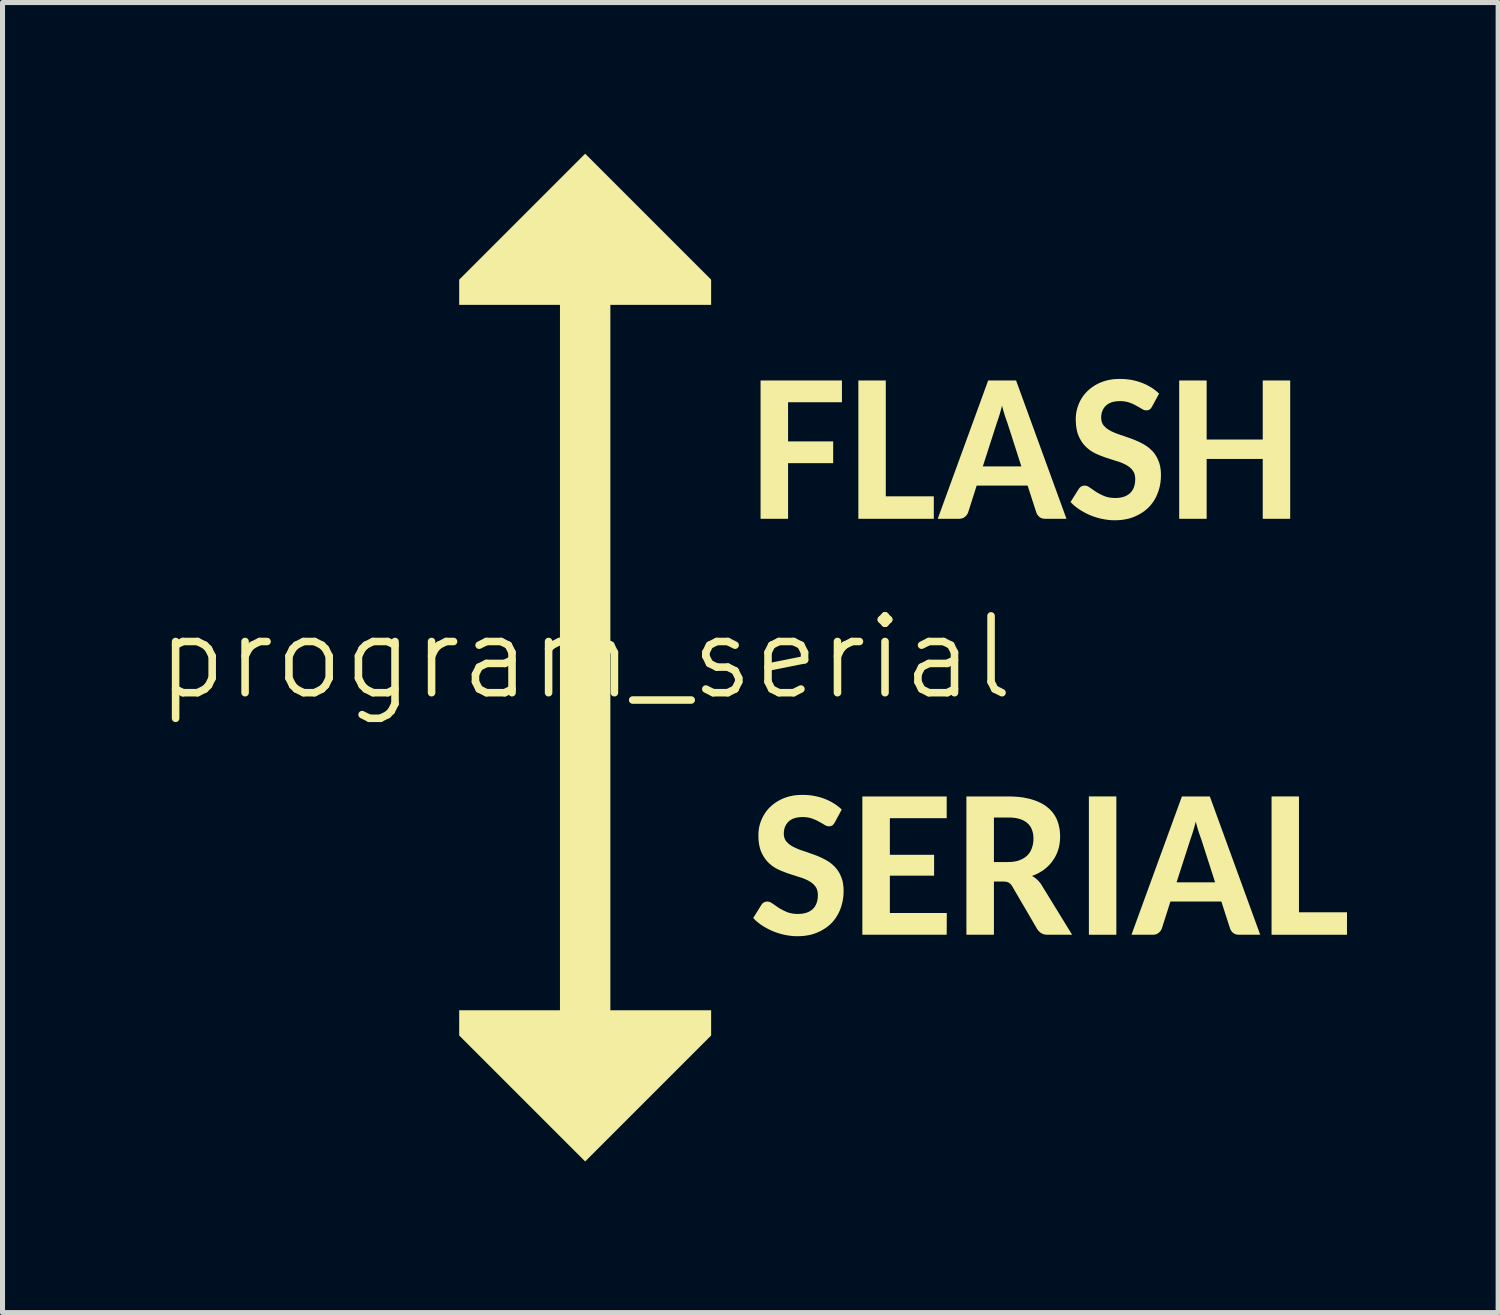
<source format=kicad_pcb>
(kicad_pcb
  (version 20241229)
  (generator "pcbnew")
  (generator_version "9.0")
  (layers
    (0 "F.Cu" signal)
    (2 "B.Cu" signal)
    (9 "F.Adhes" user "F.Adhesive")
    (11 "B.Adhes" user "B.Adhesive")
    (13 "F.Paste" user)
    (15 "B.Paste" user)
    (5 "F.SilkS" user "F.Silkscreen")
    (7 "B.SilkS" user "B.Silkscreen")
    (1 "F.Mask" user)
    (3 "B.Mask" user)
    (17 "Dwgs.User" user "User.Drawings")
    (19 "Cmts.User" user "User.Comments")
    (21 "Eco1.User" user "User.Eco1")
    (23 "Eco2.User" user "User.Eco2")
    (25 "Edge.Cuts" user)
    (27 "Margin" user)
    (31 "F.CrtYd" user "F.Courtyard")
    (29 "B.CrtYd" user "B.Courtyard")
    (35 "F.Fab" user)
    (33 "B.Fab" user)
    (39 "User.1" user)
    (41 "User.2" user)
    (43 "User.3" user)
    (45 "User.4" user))
  (footprint "program_serial"
    (layer "F.Cu")
    (at 8.563 10)
    (property "Reference" "program_serial" (at 0 0 0) (layer "F.SilkS") (effects (font (size 1.524 1.524) (thickness 0.15))))
    (attr through_hole)
    (fp_poly (pts (xy 10.542 5.501) (xy 10.542 2.756) (xy 9.997 2.756) (xy 9.997 5.501) (xy 10.542 5.501)) (stroke (width 0.000001) (type solid)) (fill yes) (layer "F.SilkS"))
    (fp_poly (pts (xy 5.966 -3.2) (xy 5.966 -5.499) (xy 5.422 -5.499) (xy 5.422 -2.754) (xy 6.919 -2.754) (xy 6.919 -3.2) (xy 5.966 -3.2)) (stroke (width 0.000001) (type solid)) (fill yes) (layer "F.SilkS"))
    (fp_poly (pts (xy 14.166 5.055) (xy 14.166 2.756) (xy 13.622 2.756) (xy 13.622 5.501) (xy 15.119 5.501) (xy 15.119 5.055) (xy 14.166 5.055)) (stroke (width 0.000001) (type solid)) (fill yes) (layer "F.SilkS"))
    (fp_poly (pts (xy 5.096 -5.499) (xy 3.481 -5.499) (xy 3.481 -2.754) (xy 4.027 -2.754) (xy 4.027 -3.858) (xy 4.922 -3.858) (xy 4.922 -4.29) (xy 4.027 -4.29) (xy 4.027 -5.067) (xy 5.096 -5.067) (xy 5.096 -5.499)) (stroke (width 0.000001) (type solid)) (fill yes) (layer "F.SilkS"))
    (fp_poly (pts (xy 7.175 2.756) (xy 5.501 2.756) (xy 5.501 5.501) (xy 7.175 5.501) (xy 7.177 5.069) (xy 6.047 5.069) (xy 6.047 4.329) (xy 6.925 4.329) (xy 6.925 3.914) (xy 6.047 3.914) (xy 6.047 3.188) (xy 7.175 3.188) (xy 7.175 2.756)) (stroke (width 0.000001) (type solid)) (fill yes) (layer "F.SilkS"))
    (fp_poly (pts (xy 13.992 -2.754) (xy 13.992 -5.499) (xy 13.447 -5.499) (xy 13.447 -4.327) (xy 12.334 -4.327) (xy 12.334 -5.499) (xy 11.789 -5.499) (xy 11.789 -2.754) (xy 12.334 -2.754) (xy 12.334 -3.942) (xy 13.447 -3.942) (xy 13.447 -2.754) (xy 13.992 -2.754)) (stroke (width 0.000001) (type solid)) (fill yes) (layer "F.SilkS"))
    (fp_poly (pts (xy -2.5 -7.5) (xy -2.5 -7) (xy -0.5 -7) (xy -0.5 7) (xy -2.5 7) (xy -2.5 7.5) (xy 0 10) (xy 2.5 7.5) (xy 2.5 7) (xy 0.5 7) (xy 0.5 -7) (xy 2.5 -7) (xy 2.5 -7.5) (xy 0 -10) (xy -2.5 -7.5)) (stroke (width 0.000001) (type solid)) (fill yes) (layer "F.SilkS"))
    (fp_poly (pts (xy 9.552 -2.754) (xy 8.552 -5.499) (xy 7.998 -5.499) (xy 6.997 -2.754) (xy 7.421 -2.754) (xy 7.464 -2.758) (xy 7.502 -2.77) (xy 7.535 -2.791) (xy 7.563 -2.818) (xy 7.584 -2.846) (xy 7.599 -2.876) (xy 7.77 -3.413) (xy 7.892 -3.794) (xy 8.171 -4.66) (xy 8.183 -4.693) (xy 8.195 -4.73) (xy 8.208 -4.769) (xy 8.221 -4.811) (xy 8.232 -4.846) (xy 8.242 -4.882) (xy 8.253 -4.92) (xy 8.263 -4.959) (xy 8.273 -4.999) (xy 8.283 -4.959) (xy 8.294 -4.92) (xy 8.305 -4.882) (xy 8.316 -4.846) (xy 8.326 -4.811) (xy 8.34 -4.77) (xy 8.353 -4.731) (xy 8.366 -4.695) (xy 8.378 -4.662) (xy 8.657 -3.794) (xy 7.892 -3.794) (xy 7.77 -3.413) (xy 8.781 -3.413) (xy 8.955 -2.874) (xy 8.971 -2.841) (xy 8.993 -2.812) (xy 9.019 -2.787) (xy 9.042 -2.773) (xy 9.07 -2.762) (xy 9.1 -2.756) (xy 9.135 -2.754) (xy 9.552 -2.754)) (stroke (width 0.000001) (type solid)) (fill yes) (layer "F.SilkS"))
    (fp_poly (pts (xy 13.397 5.501) (xy 12.397 2.756) (xy 11.843 2.756) (xy 10.842 5.501) (xy 11.266 5.501) (xy 11.309 5.497) (xy 11.347 5.485) (xy 11.38 5.464) (xy 11.408 5.437) (xy 11.429 5.409) (xy 11.444 5.379) (xy 11.615 4.842) (xy 11.737 4.461) (xy 12.016 3.595) (xy 12.028 3.562) (xy 12.04 3.525) (xy 12.053 3.486) (xy 12.066 3.444) (xy 12.076 3.409) (xy 12.087 3.373) (xy 12.097 3.335) (xy 12.107 3.296) (xy 12.117 3.256) (xy 12.128 3.296) (xy 12.139 3.335) (xy 12.15 3.373) (xy 12.16 3.409) (xy 12.171 3.444) (xy 12.185 3.485) (xy 12.198 3.524) (xy 12.21 3.56) (xy 12.223 3.593) (xy 12.502 4.461) (xy 11.737 4.461) (xy 11.615 4.842) (xy 12.626 4.842) (xy 12.8 5.381) (xy 12.816 5.414) (xy 12.837 5.443) (xy 12.864 5.468) (xy 12.887 5.482) (xy 12.914 5.493) (xy 12.945 5.499) (xy 12.979 5.501) (xy 13.397 5.501)) (stroke (width 0.000001) (type solid)) (fill yes) (layer "F.SilkS"))
    (fp_poly (pts (xy 8.112 4.445) (xy 8.295 4.445) (xy 8.339 4.447) (xy 8.374 4.454) (xy 8.403 4.465) (xy 8.428 4.482) (xy 8.452 4.506) (xy 8.473 4.536) (xy 8.973 5.392) (xy 8.999 5.425) (xy 9.027 5.452) (xy 9.059 5.474) (xy 9.094 5.489) (xy 9.132 5.498) (xy 9.174 5.501) (xy 9.664 5.501) (xy 9.05 4.501) (xy 9.03 4.473) (xy 9.009 4.447) (xy 8.988 4.424) (xy 8.965 4.403) (xy 8.934 4.377) (xy 8.902 4.354) (xy 8.868 4.333) (xy 8.688 3.991) (xy 8.653 4.008) (xy 8.616 4.023) (xy 8.583 4.034) (xy 8.548 4.043) (xy 8.511 4.049) (xy 8.473 4.054) (xy 8.432 4.057) (xy 8.388 4.058) (xy 8.112 4.058) (xy 8.112 3.174) (xy 8.393 3.174) (xy 8.443 3.175) (xy 8.49 3.178) (xy 8.535 3.183) (xy 8.577 3.191) (xy 8.616 3.201) (xy 8.653 3.213) (xy 8.687 3.227) (xy 8.718 3.244) (xy 8.747 3.262) (xy 8.773 3.283) (xy 8.799 3.308) (xy 8.822 3.335) (xy 8.842 3.365) (xy 8.859 3.397) (xy 8.872 3.431) (xy 8.883 3.468) (xy 8.891 3.507) (xy 8.895 3.548) (xy 8.897 3.591) (xy 8.896 3.631) (xy 8.892 3.67) (xy 8.886 3.707) (xy 8.877 3.744) (xy 8.866 3.779) (xy 8.853 3.812) (xy 8.838 3.843) (xy 8.819 3.873) (xy 8.799 3.9) (xy 8.775 3.926) (xy 8.749 3.95) (xy 8.72 3.971) (xy 8.688 3.991) (xy 8.868 4.333) (xy 8.906 4.319) (xy 8.942 4.304) (xy 8.978 4.287) (xy 9.011 4.269) (xy 9.044 4.25) (xy 9.076 4.23) (xy 9.106 4.209) (xy 9.135 4.186) (xy 9.162 4.163) (xy 9.188 4.138) (xy 9.213 4.113) (xy 9.237 4.086) (xy 9.259 4.059) (xy 9.279 4.031) (xy 9.299 4.002) (xy 9.318 3.972) (xy 9.335 3.941) (xy 9.351 3.91) (xy 9.365 3.877) (xy 9.378 3.844) (xy 9.389 3.81) (xy 9.399 3.775) (xy 9.407 3.74) (xy 9.414 3.703) (xy 9.419 3.667) (xy 9.423 3.63) (xy 9.425 3.592) (xy 9.426 3.554) (xy 9.425 3.515) (xy 9.423 3.477) (xy 9.42 3.44) (xy 9.415 3.403) (xy 9.408 3.368) (xy 9.4 3.332) (xy 9.391 3.298) (xy 9.38 3.264) (xy 9.368 3.231) (xy 9.353 3.195) (xy 9.335 3.161) (xy 9.315 3.127) (xy 9.293 3.095) (xy 9.269 3.064) (xy 9.243 3.035) (xy 9.215 3.006) (xy 9.184 2.979) (xy 9.156 2.956) (xy 9.126 2.935) (xy 9.094 2.914) (xy 9.06 2.895) (xy 9.024 2.877) (xy 8.987 2.86) (xy 8.948 2.844) (xy 8.907 2.829) (xy 8.864 2.816) (xy 8.831 2.806) (xy 8.796 2.798) (xy 8.761 2.79) (xy 8.724 2.783) (xy 8.687 2.776) (xy 8.648 2.771) (xy 8.608 2.766) (xy 8.567 2.763) (xy 8.525 2.76) (xy 8.482 2.758) (xy 8.438 2.756) (xy 8.393 2.756) (xy 7.566 2.756) (xy 7.566 5.501) (xy 8.112 5.501) (xy 8.112 4.445)) (stroke (width 0.000001) (type solid)) (fill yes) (layer "F.SilkS"))
    (fp_poly (pts (xy 4.953 3.273) (xy 5.092 3.016) (xy 5.065 2.992) (xy 5.038 2.968) (xy 5.009 2.946) (xy 4.98 2.924) (xy 4.949 2.903) (xy 4.918 2.884) (xy 4.886 2.865) (xy 4.852 2.848) (xy 4.818 2.831) (xy 4.783 2.816) (xy 4.746 2.801) (xy 4.713 2.789) (xy 4.679 2.778) (xy 4.644 2.768) (xy 4.609 2.759) (xy 4.573 2.751) (xy 4.537 2.744) (xy 4.5 2.738) (xy 4.463 2.733) (xy 4.426 2.73) (xy 4.388 2.727) (xy 4.349 2.726) (xy 4.31 2.725) (xy 4.269 2.726) (xy 4.228 2.728) (xy 4.189 2.731) (xy 4.15 2.736) (xy 4.113 2.742) (xy 4.076 2.75) (xy 4.04 2.758) (xy 4.005 2.769) (xy 3.971 2.78) (xy 3.938 2.793) (xy 3.903 2.808) (xy 3.869 2.825) (xy 3.836 2.842) (xy 3.805 2.861) (xy 3.774 2.881) (xy 3.745 2.902) (xy 3.717 2.924) (xy 3.691 2.947) (xy 3.665 2.971) (xy 3.638 2.999) (xy 3.613 3.029) (xy 3.589 3.059) (xy 3.567 3.091) (xy 3.547 3.123) (xy 3.528 3.157) (xy 3.511 3.192) (xy 3.496 3.227) (xy 3.482 3.263) (xy 3.47 3.299) (xy 3.46 3.335) (xy 3.452 3.372) (xy 3.446 3.409) (xy 3.442 3.446) (xy 3.439 3.483) (xy 3.438 3.521) (xy 3.439 3.562) (xy 3.44 3.602) (xy 3.443 3.641) (xy 3.448 3.678) (xy 3.453 3.713) (xy 3.46 3.747) (xy 3.468 3.779) (xy 3.477 3.81) (xy 3.487 3.839) (xy 3.503 3.875) (xy 3.52 3.909) (xy 3.537 3.941) (xy 3.557 3.972) (xy 3.577 4.001) (xy 3.599 4.028) (xy 3.622 4.054) (xy 3.65 4.082) (xy 3.68 4.108) (xy 3.71 4.133) (xy 3.742 4.155) (xy 3.775 4.176) (xy 3.81 4.195) (xy 3.846 4.212) (xy 3.882 4.228) (xy 3.918 4.243) (xy 3.954 4.257) (xy 3.991 4.271) (xy 4.027 4.284) (xy 4.064 4.296) (xy 4.101 4.308) (xy 4.137 4.32) (xy 4.173 4.331) (xy 4.209 4.343) (xy 4.244 4.354) (xy 4.279 4.365) (xy 4.313 4.376) (xy 4.345 4.388) (xy 4.376 4.402) (xy 4.406 4.416) (xy 4.434 4.43) (xy 4.466 4.449) (xy 4.495 4.469) (xy 4.522 4.491) (xy 4.545 4.514) (xy 4.567 4.54) (xy 4.585 4.568) (xy 4.6 4.599) (xy 4.61 4.633) (xy 4.616 4.671) (xy 4.618 4.711) (xy 4.617 4.757) (xy 4.612 4.799) (xy 4.604 4.838) (xy 4.592 4.875) (xy 4.578 4.908) (xy 4.56 4.939) (xy 4.539 4.967) (xy 4.515 4.993) (xy 4.488 5.015) (xy 4.458 5.034) (xy 4.426 5.051) (xy 4.391 5.064) (xy 4.353 5.074) (xy 4.313 5.082) (xy 4.271 5.086) (xy 4.225 5.088) (xy 4.184 5.087) (xy 4.144 5.084) (xy 4.106 5.078) (xy 4.07 5.071) (xy 4.036 5.062) (xy 4.004 5.05) (xy 3.968 5.034) (xy 3.933 5.018) (xy 3.901 5.001) (xy 3.87 4.984) (xy 3.841 4.966) (xy 3.807 4.943) (xy 3.775 4.921) (xy 3.745 4.9) (xy 3.717 4.881) (xy 3.683 4.859) (xy 3.649 4.846) (xy 3.616 4.842) (xy 3.579 4.846) (xy 3.545 4.86) (xy 3.517 4.882) (xy 3.496 4.91) (xy 3.335 5.168) (xy 3.361 5.195) (xy 3.388 5.222) (xy 3.417 5.247) (xy 3.448 5.271) (xy 3.479 5.295) (xy 3.512 5.317) (xy 3.541 5.336) (xy 3.571 5.353) (xy 3.601 5.37) (xy 3.632 5.387) (xy 3.663 5.402) (xy 3.695 5.417) (xy 3.727 5.431) (xy 3.76 5.444) (xy 3.793 5.456) (xy 3.826 5.467) (xy 3.86 5.478) (xy 3.894 5.487) (xy 3.928 5.496) (xy 3.963 5.503) (xy 3.998 5.51) (xy 4.034 5.516) (xy 4.069 5.521) (xy 4.105 5.525) (xy 4.14 5.528) (xy 4.176 5.529) (xy 4.211 5.53) (xy 4.254 5.529) (xy 4.297 5.527) (xy 4.338 5.524) (xy 4.378 5.519) (xy 4.418 5.512) (xy 4.456 5.505) (xy 4.493 5.496) (xy 4.53 5.485) (xy 4.565 5.473) (xy 4.6 5.46) (xy 4.637 5.443) (xy 4.673 5.426) (xy 4.708 5.407) (xy 4.741 5.387) (xy 4.774 5.366) (xy 4.804 5.344) (xy 4.834 5.32) (xy 4.862 5.296) (xy 4.889 5.27) (xy 4.914 5.242) (xy 4.938 5.213) (xy 4.961 5.184) (xy 4.982 5.153) (xy 5.002 5.121) (xy 5.02 5.089) (xy 5.037 5.055) (xy 5.053 5.02) (xy 5.067 4.984) (xy 5.08 4.948) (xy 5.091 4.911) (xy 5.101 4.873) (xy 5.11 4.835) (xy 5.116 4.796) (xy 5.122 4.756) (xy 5.126 4.717) (xy 5.128 4.676) (xy 5.129 4.635) (xy 5.128 4.593) (xy 5.126 4.552) (xy 5.121 4.514) (xy 5.116 4.476) (xy 5.109 4.441) (xy 5.1 4.407) (xy 5.089 4.374) (xy 5.077 4.344) (xy 5.062 4.31) (xy 5.046 4.278) (xy 5.028 4.248) (xy 5.009 4.219) (xy 4.988 4.191) (xy 4.966 4.165) (xy 4.943 4.141) (xy 4.914 4.114) (xy 4.885 4.089) (xy 4.854 4.065) (xy 4.821 4.044) (xy 4.788 4.023) (xy 4.753 4.005) (xy 4.717 3.986) (xy 4.682 3.969) (xy 4.646 3.953) (xy 4.609 3.937) (xy 4.573 3.923) (xy 4.535 3.909) (xy 4.498 3.896) (xy 4.462 3.883) (xy 4.425 3.87) (xy 4.389 3.857) (xy 4.352 3.845) (xy 4.316 3.833) (xy 4.282 3.821) (xy 4.248 3.809) (xy 4.216 3.796) (xy 4.185 3.782) (xy 4.155 3.769) (xy 4.126 3.754) (xy 4.094 3.736) (xy 4.065 3.716) (xy 4.038 3.695) (xy 4.014 3.672) (xy 3.992 3.649) (xy 3.974 3.623) (xy 3.96 3.594) (xy 3.95 3.563) (xy 3.944 3.53) (xy 3.942 3.494) (xy 3.944 3.453) (xy 3.95 3.415) (xy 3.959 3.378) (xy 3.973 3.344) (xy 3.99 3.313) (xy 4.011 3.283) (xy 4.035 3.256) (xy 4.06 3.235) (xy 4.088 3.216) (xy 4.119 3.201) (xy 4.153 3.188) (xy 4.19 3.178) (xy 4.229 3.171) (xy 4.271 3.167) (xy 4.316 3.165) (xy 4.358 3.166) (xy 4.397 3.17) (xy 4.434 3.176) (xy 4.469 3.184) (xy 4.502 3.194) (xy 4.541 3.209) (xy 4.578 3.225) (xy 4.612 3.241) (xy 4.643 3.258) (xy 4.673 3.275) (xy 4.701 3.29) (xy 4.727 3.306) (xy 4.75 3.32) (xy 4.78 3.336) (xy 4.808 3.346) (xy 4.835 3.349) (xy 4.873 3.345) (xy 4.903 3.333) (xy 4.93 3.308) (xy 4.953 3.273)) (stroke (width 0.000001) (type solid)) (fill yes) (layer "F.SilkS"))
    (fp_poly (pts (xy 11.251 -4.982) (xy 11.39 -5.239) (xy 11.363 -5.263) (xy 11.336 -5.287) (xy 11.308 -5.309) (xy 11.278 -5.331) (xy 11.248 -5.352) (xy 11.216 -5.371) (xy 11.184 -5.39) (xy 11.151 -5.407) (xy 11.116 -5.424) (xy 11.081 -5.439) (xy 11.045 -5.454) (xy 11.011 -5.466) (xy 10.977 -5.477) (xy 10.942 -5.487) (xy 10.907 -5.496) (xy 10.871 -5.504) (xy 10.835 -5.511) (xy 10.799 -5.517) (xy 10.762 -5.521) (xy 10.724 -5.525) (xy 10.686 -5.528) (xy 10.648 -5.529) (xy 10.609 -5.53) (xy 10.567 -5.529) (xy 10.527 -5.527) (xy 10.487 -5.524) (xy 10.449 -5.519) (xy 10.411 -5.513) (xy 10.374 -5.505) (xy 10.339 -5.497) (xy 10.304 -5.486) (xy 10.27 -5.475) (xy 10.236 -5.462) (xy 10.201 -5.447) (xy 10.167 -5.43) (xy 10.134 -5.413) (xy 10.103 -5.394) (xy 10.073 -5.374) (xy 10.044 -5.353) (xy 10.016 -5.331) (xy 9.989 -5.308) (xy 9.964 -5.284) (xy 9.937 -5.256) (xy 9.911 -5.226) (xy 9.887 -5.196) (xy 9.865 -5.164) (xy 9.845 -5.132) (xy 9.826 -5.098) (xy 9.809 -5.063) (xy 9.794 -5.028) (xy 9.781 -4.992) (xy 9.769 -4.956) (xy 9.759 -4.92) (xy 9.751 -4.883) (xy 9.744 -4.846) (xy 9.74 -4.809) (xy 9.737 -4.772) (xy 9.736 -4.734) (xy 9.737 -4.693) (xy 9.739 -4.653) (xy 9.742 -4.614) (xy 9.746 -4.577) (xy 9.752 -4.542) (xy 9.758 -4.508) (xy 9.766 -4.476) (xy 9.775 -4.445) (xy 9.786 -4.416) (xy 9.801 -4.38) (xy 9.818 -4.346) (xy 9.836 -4.314) (xy 9.855 -4.283) (xy 9.875 -4.254) (xy 9.897 -4.227) (xy 9.92 -4.201) (xy 9.948 -4.173) (xy 9.978 -4.147) (xy 10.009 -4.122) (xy 10.041 -4.1) (xy 10.074 -4.079) (xy 10.108 -4.06) (xy 10.144 -4.043) (xy 10.18 -4.027) (xy 10.216 -4.012) (xy 10.253 -3.998) (xy 10.289 -3.984) (xy 10.325 -3.971) (xy 10.362 -3.959) (xy 10.399 -3.947) (xy 10.435 -3.935) (xy 10.471 -3.924) (xy 10.507 -3.912) (xy 10.542 -3.901) (xy 10.578 -3.89) (xy 10.611 -3.879) (xy 10.644 -3.867) (xy 10.675 -3.853) (xy 10.704 -3.839) (xy 10.733 -3.825) (xy 10.764 -3.806) (xy 10.793 -3.786) (xy 10.82 -3.764) (xy 10.844 -3.741) (xy 10.865 -3.715) (xy 10.883 -3.687) (xy 10.898 -3.656) (xy 10.908 -3.622) (xy 10.914 -3.584) (xy 10.917 -3.544) (xy 10.915 -3.498) (xy 10.91 -3.456) (xy 10.902 -3.417) (xy 10.891 -3.38) (xy 10.876 -3.347) (xy 10.858 -3.316) (xy 10.837 -3.288) (xy 10.813 -3.262) (xy 10.786 -3.24) (xy 10.756 -3.221) (xy 10.724 -3.204) (xy 10.689 -3.191) (xy 10.652 -3.181) (xy 10.612 -3.173) (xy 10.569 -3.169) (xy 10.524 -3.167) (xy 10.482 -3.168) (xy 10.442 -3.171) (xy 10.404 -3.177) (xy 10.369 -3.184) (xy 10.335 -3.193) (xy 10.303 -3.205) (xy 10.266 -3.221) (xy 10.232 -3.237) (xy 10.199 -3.254) (xy 10.168 -3.271) (xy 10.139 -3.289) (xy 10.105 -3.312) (xy 10.073 -3.334) (xy 10.043 -3.355) (xy 10.015 -3.374) (xy 9.981 -3.396) (xy 9.947 -3.409) (xy 9.914 -3.413) (xy 9.878 -3.409) (xy 9.844 -3.395) (xy 9.816 -3.373) (xy 9.794 -3.345) (xy 9.633 -3.087) (xy 9.659 -3.06) (xy 9.687 -3.033) (xy 9.716 -3.008) (xy 9.746 -2.984) (xy 9.778 -2.96) (xy 9.811 -2.938) (xy 9.84 -2.919) (xy 9.87 -2.902) (xy 9.9 -2.885) (xy 9.93 -2.868) (xy 9.962 -2.853) (xy 9.993 -2.838) (xy 10.026 -2.824) (xy 10.058 -2.811) (xy 10.091 -2.799) (xy 10.125 -2.788) (xy 10.158 -2.777) (xy 10.192 -2.768) (xy 10.227 -2.759) (xy 10.261 -2.752) (xy 10.297 -2.745) (xy 10.332 -2.739) (xy 10.368 -2.734) (xy 10.403 -2.73) (xy 10.438 -2.727) (xy 10.474 -2.726) (xy 10.509 -2.725) (xy 10.553 -2.726) (xy 10.595 -2.728) (xy 10.636 -2.731) (xy 10.677 -2.736) (xy 10.716 -2.743) (xy 10.754 -2.75) (xy 10.792 -2.759) (xy 10.828 -2.77) (xy 10.864 -2.782) (xy 10.898 -2.795) (xy 10.935 -2.812) (xy 10.971 -2.829) (xy 11.006 -2.848) (xy 11.04 -2.868) (xy 11.072 -2.889) (xy 11.103 -2.911) (xy 11.132 -2.935) (xy 11.16 -2.959) (xy 11.187 -2.985) (xy 11.213 -3.013) (xy 11.237 -3.042) (xy 11.259 -3.071) (xy 11.281 -3.102) (xy 11.3 -3.134) (xy 11.319 -3.166) (xy 11.336 -3.2) (xy 11.351 -3.235) (xy 11.365 -3.271) (xy 11.378 -3.307) (xy 11.39 -3.344) (xy 11.4 -3.382) (xy 11.408 -3.42) (xy 11.415 -3.459) (xy 11.42 -3.499) (xy 11.424 -3.538) (xy 11.426 -3.579) (xy 11.427 -3.62) (xy 11.426 -3.662) (xy 11.424 -3.703) (xy 11.42 -3.741) (xy 11.414 -3.779) (xy 11.407 -3.814) (xy 11.398 -3.848) (xy 11.387 -3.881) (xy 11.375 -3.911) (xy 11.36 -3.945) (xy 11.344 -3.977) (xy 11.326 -4.007) (xy 11.307 -4.036) (xy 11.287 -4.064) (xy 11.265 -4.09) (xy 11.241 -4.114) (xy 11.213 -4.141) (xy 11.183 -4.166) (xy 11.152 -4.19) (xy 11.12 -4.211) (xy 11.086 -4.232) (xy 11.051 -4.25) (xy 11.016 -4.269) (xy 10.98 -4.286) (xy 10.944 -4.302) (xy 10.908 -4.318) (xy 10.871 -4.332) (xy 10.834 -4.346) (xy 10.797 -4.359) (xy 10.76 -4.372) (xy 10.723 -4.385) (xy 10.687 -4.398) (xy 10.651 -4.41) (xy 10.615 -4.422) (xy 10.58 -4.434) (xy 10.547 -4.446) (xy 10.514 -4.459) (xy 10.483 -4.473) (xy 10.453 -4.486) (xy 10.425 -4.501) (xy 10.393 -4.519) (xy 10.363 -4.539) (xy 10.336 -4.56) (xy 10.312 -4.583) (xy 10.29 -4.606) (xy 10.272 -4.632) (xy 10.258 -4.661) (xy 10.249 -4.692) (xy 10.243 -4.725) (xy 10.241 -4.761) (xy 10.242 -4.802) (xy 10.248 -4.84) (xy 10.258 -4.877) (xy 10.271 -4.911) (xy 10.288 -4.942) (xy 10.309 -4.972) (xy 10.334 -4.999) (xy 10.359 -5.02) (xy 10.387 -5.039) (xy 10.418 -5.054) (xy 10.451 -5.067) (xy 10.488 -5.077) (xy 10.527 -5.084) (xy 10.57 -5.088) (xy 10.615 -5.09) (xy 10.656 -5.089) (xy 10.695 -5.085) (xy 10.732 -5.079) (xy 10.768 -5.071) (xy 10.801 -5.061) (xy 10.84 -5.046) (xy 10.876 -5.03) (xy 10.91 -5.014) (xy 10.941 -4.997) (xy 10.971 -4.98) (xy 10.999 -4.965) (xy 11.025 -4.949) (xy 11.049 -4.935) (xy 11.078 -4.919) (xy 11.107 -4.909) (xy 11.134 -4.906) (xy 11.171 -4.91) (xy 11.202 -4.922) (xy 11.229 -4.947) (xy 11.251 -4.982)) (stroke (width 0.000001) (type solid)) (fill yes) (layer "F.SilkS")))
  (gr_rect
    (start -3 -3)
    (end 26.682 23)
    (stroke (width 0.1) (type default))
    (fill no)
    (layer "Edge.Cuts")))
</source>
